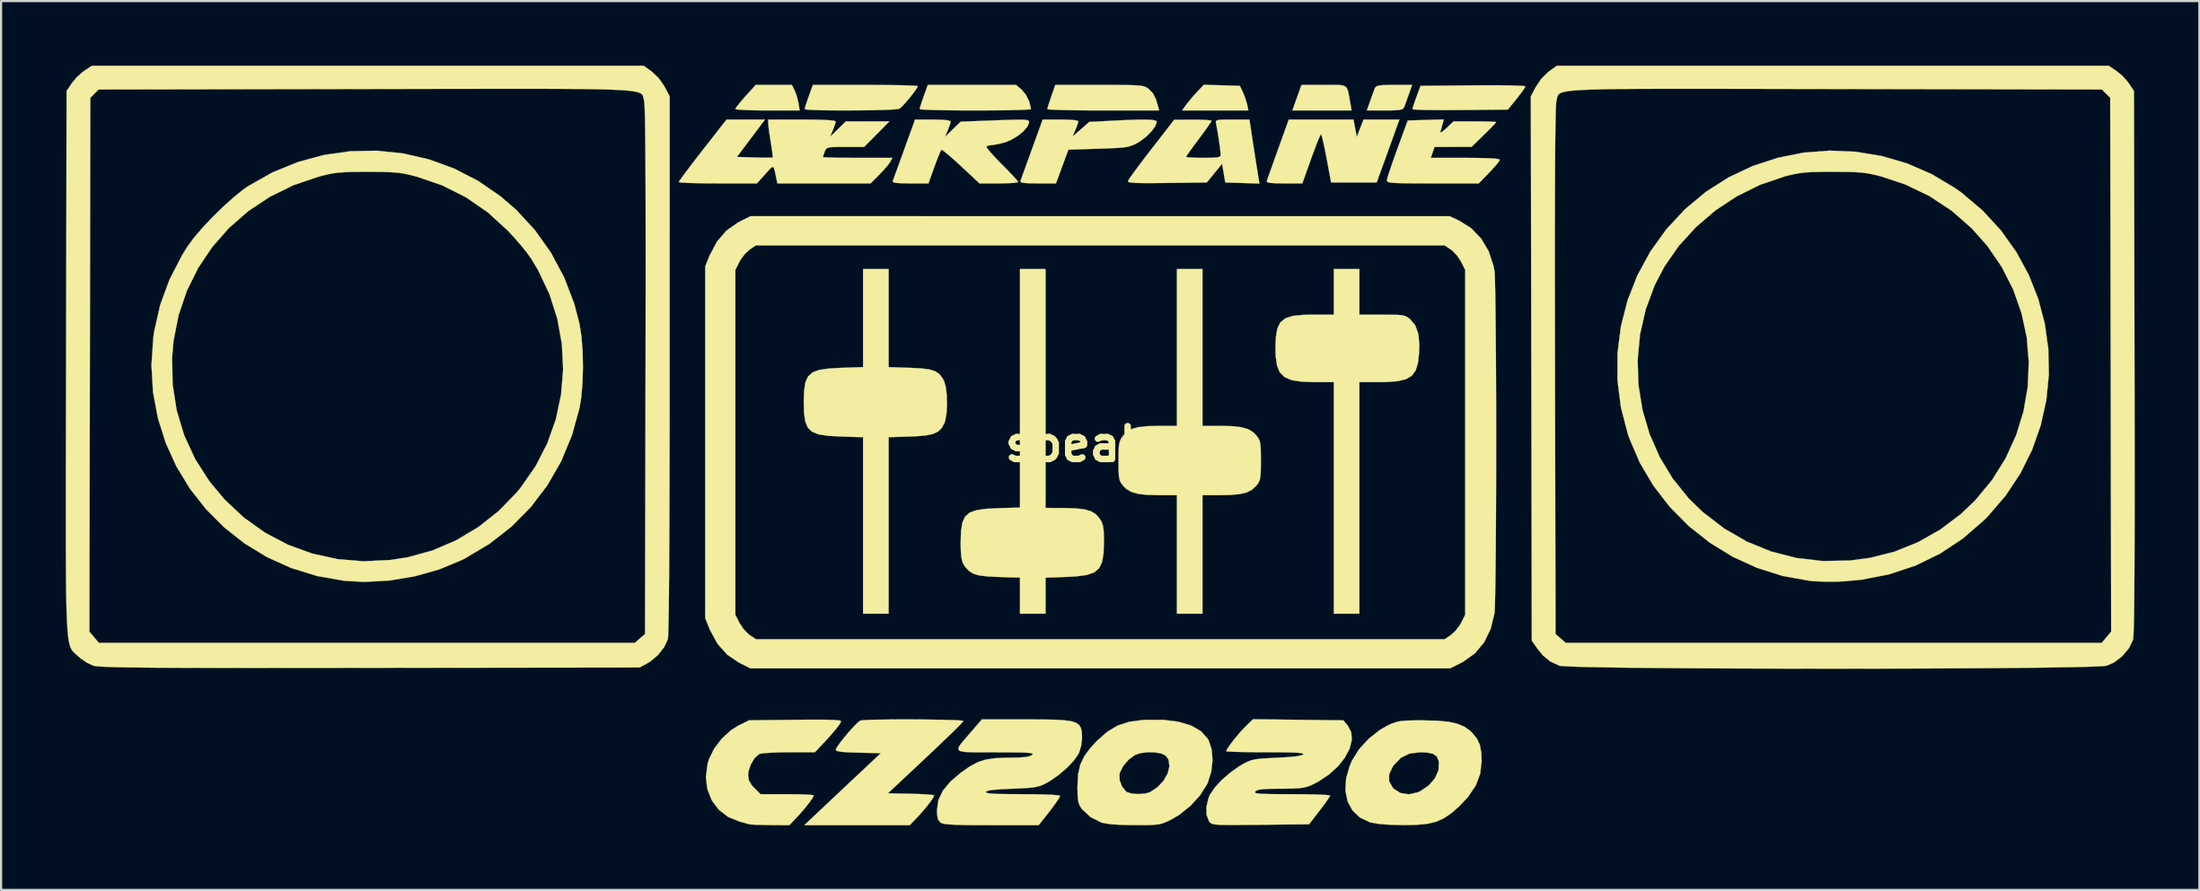
<source format=kicad_pcb>
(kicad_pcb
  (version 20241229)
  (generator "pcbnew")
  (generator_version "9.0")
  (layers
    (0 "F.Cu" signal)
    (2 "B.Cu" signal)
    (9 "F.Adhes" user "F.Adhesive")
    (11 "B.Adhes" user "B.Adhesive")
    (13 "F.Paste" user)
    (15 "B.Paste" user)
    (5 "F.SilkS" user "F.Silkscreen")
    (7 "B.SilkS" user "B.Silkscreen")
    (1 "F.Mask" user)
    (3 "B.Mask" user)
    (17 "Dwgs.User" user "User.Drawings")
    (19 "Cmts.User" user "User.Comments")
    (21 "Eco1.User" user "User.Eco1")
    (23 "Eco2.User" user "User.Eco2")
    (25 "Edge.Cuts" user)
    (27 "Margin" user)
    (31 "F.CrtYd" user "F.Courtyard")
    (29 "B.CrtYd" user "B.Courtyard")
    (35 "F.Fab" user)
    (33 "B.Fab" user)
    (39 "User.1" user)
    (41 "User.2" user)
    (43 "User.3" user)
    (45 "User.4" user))
  (footprint "speaker"
    (layer "F.Cu")
    (at 48.004 17.573)
    (property "Reference" "speaker" (at 0 0 0) (layer "F.SilkS") (effects (font (size 1.524 1.524) (thickness 0.3))))
    (attr through_hole)
    (fp_poly (pts (xy 11.123 -16.675) (xy 11.315 -16.639) (xy 11.429 -16.556) (xy 11.495 -16.405) (xy 11.543 -16.167) (xy 11.59 -15.896) (xy 11.662 -15.494) (xy 8.913 -15.494) (xy 9.125 -16.087) (xy 9.336 -16.679) (xy 10.381 -16.679) (xy 10.821 -16.681) (xy 11.123 -16.675)) (stroke (width 0.01) (type solid)) (fill yes) (layer "F.SilkS"))
    (fp_poly (pts (xy 5.641 -16.661) (xy 6.477 -16.637) (xy 6.618 -16.341) (xy 6.73 -16.061) (xy 6.812 -15.784) (xy 6.815 -15.769) (xy 6.871 -15.494) (xy 3.798 -15.494) (xy 3.986 -15.758) (xy 4.16 -15.979) (xy 4.384 -16.239) (xy 4.49 -16.354) (xy 4.806 -16.686) (xy 5.641 -16.661)) (stroke (width 0.01) (type solid)) (fill yes) (layer "F.SilkS"))
    (fp_poly (pts (xy -14.186 -16.434) (xy -14.088 -16.184) (xy -14.012 -15.887) (xy -14.004 -15.842) (xy -13.948 -15.494) (xy -15.441 -15.494) (xy -15.922 -15.498) (xy -16.339 -15.508) (xy -16.664 -15.524) (xy -16.871 -15.544) (xy -16.933 -15.564) (xy -16.88 -15.655) (xy -16.738 -15.836) (xy -16.535 -16.074) (xy -16.461 -16.157) (xy -15.988 -16.679) (xy -14.313 -16.679) (xy -14.186 -16.434)) (stroke (width 0.01) (type solid)) (fill yes) (layer "F.SilkS"))
    (fp_poly (pts (xy 14.313 -16.235) (xy 14.214 -15.958) (xy 14.131 -15.731) (xy 14.097 -15.642) (xy 14.046 -15.573) (xy 13.942 -15.529) (xy 13.751 -15.505) (xy 13.441 -15.495) (xy 13.204 -15.494) (xy 12.37 -15.494) (xy 12.527 -15.938) (xy 12.625 -16.215) (xy 12.709 -16.443) (xy 12.743 -16.531) (xy 12.793 -16.6) (xy 12.897 -16.644) (xy 13.088 -16.669) (xy 13.398 -16.678) (xy 13.636 -16.679) (xy 14.469 -16.679) (xy 14.313 -16.235)) (stroke (width 0.01) (type solid)) (fill yes) (layer "F.SilkS"))
    (fp_poly (pts (xy -3.65 -16.462) (xy -3.452 -16.223) (xy -3.295 -15.906) (xy -3.22 -15.597) (xy -3.218 -15.557) (xy -3.299 -15.542) (xy -3.529 -15.527) (xy -3.887 -15.515) (xy -4.353 -15.505) (xy -4.906 -15.498) (xy -5.526 -15.494) (xy -5.8 -15.494) (xy -6.441 -15.496) (xy -7.025 -15.502) (xy -7.53 -15.51) (xy -7.936 -15.522) (xy -8.222 -15.536) (xy -8.368 -15.551) (xy -8.382 -15.557) (xy -8.355 -15.664) (xy -8.285 -15.882) (xy -8.192 -16.15) (xy -8.003 -16.679) (xy -3.908 -16.679) (xy -3.65 -16.462)) (stroke (width 0.01) (type solid)) (fill yes) (layer "F.SilkS"))
    (fp_poly (pts (xy 18.479 -16.662) (xy 18.963 -16.656) (xy 19.345 -16.646) (xy 19.606 -16.633) (xy 19.723 -16.617) (xy 19.727 -16.613) (xy 19.678 -16.518) (xy 19.546 -16.331) (xy 19.359 -16.087) (xy 19.322 -16.04) (xy 18.916 -15.536) (xy 16.697 -15.514) (xy 16.104 -15.51) (xy 15.572 -15.511) (xy 15.121 -15.517) (xy 14.775 -15.527) (xy 14.555 -15.54) (xy 14.483 -15.556) (xy 14.513 -15.664) (xy 14.585 -15.881) (xy 14.674 -16.129) (xy 14.86 -16.637) (xy 17.293 -16.659) (xy 17.916 -16.663) (xy 18.479 -16.662)) (stroke (width 0.01) (type solid)) (fill yes) (layer "F.SilkS"))
    (fp_poly (pts (xy 0.605 -16.679) (xy 1.1 -16.676) (xy 1.471 -16.668) (xy 1.739 -16.655) (xy 1.926 -16.634) (xy 2.056 -16.604) (xy 2.149 -16.562) (xy 2.228 -16.507) (xy 2.239 -16.499) (xy 2.434 -16.3) (xy 2.575 -16.032) (xy 2.676 -15.702) (xy 2.728 -15.494) (xy 0.136 -15.494) (xy -0.507 -15.496) (xy -1.092 -15.502) (xy -1.598 -15.51) (xy -2.005 -15.522) (xy -2.293 -15.535) (xy -2.441 -15.551) (xy -2.456 -15.557) (xy -2.43 -15.665) (xy -2.362 -15.883) (xy -2.271 -16.15) (xy -2.085 -16.679) (xy -0.038 -16.679) (xy 0.605 -16.679)) (stroke (width 0.01) (type solid)) (fill yes) (layer "F.SilkS"))
    (fp_poly (pts (xy -10.279 -16.677) (xy -9.715 -16.672) (xy -9.232 -16.664) (xy -8.849 -16.654) (xy -8.588 -16.641) (xy -8.471 -16.627) (xy -8.467 -16.624) (xy -8.519 -16.517) (xy -8.652 -16.327) (xy -8.832 -16.097) (xy -9.025 -15.867) (xy -9.198 -15.68) (xy -9.317 -15.577) (xy -9.321 -15.574) (xy -9.441 -15.553) (xy -9.696 -15.534) (xy -10.059 -15.519) (xy -10.503 -15.508) (xy -11 -15.5) (xy -11.525 -15.496) (xy -12.048 -15.495) (xy -12.545 -15.498) (xy -12.986 -15.506) (xy -13.346 -15.517) (xy -13.597 -15.533) (xy -13.712 -15.552) (xy -13.716 -15.557) (xy -13.689 -15.664) (xy -13.619 -15.882) (xy -13.526 -16.15) (xy -13.337 -16.679) (xy -10.902 -16.679) (xy -10.279 -16.677)) (stroke (width 0.01) (type solid)) (fill yes) (layer "F.SilkS"))
    (fp_poly (pts (xy 13.537 -14.118) (xy 13.38 -13.683) (xy 13.223 -13.249) (xy 13.087 -12.872) (xy 13.009 -12.658) (xy 12.826 -12.15) (xy 10.71 -12.15) (xy 10.502 -13.271) (xy 10.422 -13.682) (xy 10.349 -14.025) (xy 10.289 -14.271) (xy 10.249 -14.388) (xy 10.243 -14.393) (xy 10.198 -14.318) (xy 10.109 -14.111) (xy 9.987 -13.801) (xy 9.843 -13.416) (xy 9.784 -13.25) (xy 9.375 -12.107) (xy 8.531 -12.107) (xy 8.128 -12.113) (xy 7.874 -12.131) (xy 7.746 -12.164) (xy 7.724 -12.213) (xy 7.763 -12.325) (xy 7.85 -12.567) (xy 7.973 -12.912) (xy 8.123 -13.332) (xy 8.253 -13.695) (xy 8.746 -15.071) (xy 10.248 -15.071) (xy 11.75 -15.071) (xy 11.826 -14.668) (xy 11.902 -14.266) (xy 12.059 -14.668) (xy 12.215 -15.071) (xy 13.048 -15.071) (xy 13.88 -15.071) (xy 13.537 -14.118)) (stroke (width 0.01) (type solid)) (fill yes) (layer "F.SilkS"))
    (fp_poly (pts (xy 12.023 -6.011) (xy 13.075 -6.011) (xy 13.516 -6.01) (xy 13.823 -6) (xy 14.032 -5.978) (xy 14.176 -5.936) (xy 14.291 -5.869) (xy 14.385 -5.793) (xy 14.615 -5.516) (xy 14.753 -5.137) (xy 14.805 -4.638) (xy 14.793 -4.222) (xy 14.739 -3.763) (xy 14.633 -3.419) (xy 14.454 -3.174) (xy 14.182 -3.013) (xy 13.795 -2.921) (xy 13.273 -2.883) (xy 12.962 -2.879) (xy 12.023 -2.879) (xy 12.023 7.874) (xy 10.837 7.874) (xy 10.837 -2.879) (xy 9.946 -2.879) (xy 9.339 -2.899) (xy 8.88 -2.972) (xy 8.549 -3.113) (xy 8.327 -3.338) (xy 8.196 -3.663) (xy 8.137 -4.104) (xy 8.128 -4.432) (xy 8.147 -4.967) (xy 8.216 -5.368) (xy 8.356 -5.654) (xy 8.587 -5.842) (xy 8.93 -5.952) (xy 9.404 -6.002) (xy 9.859 -6.011) (xy 10.837 -6.011) (xy 10.837 -8.128) (xy 12.023 -8.128) (xy 12.023 -6.011)) (stroke (width 0.01) (type solid)) (fill yes) (layer "F.SilkS"))
    (fp_poly (pts (xy -9.821 -3.574) (xy -8.826 -3.542) (xy -8.309 -3.516) (xy -7.929 -3.467) (xy -7.659 -3.384) (xy -7.467 -3.256) (xy -7.323 -3.069) (xy -7.246 -2.924) (xy -7.169 -2.655) (xy -7.124 -2.279) (xy -7.112 -1.856) (xy -7.134 -1.446) (xy -7.189 -1.107) (xy -7.227 -0.988) (xy -7.351 -0.756) (xy -7.517 -0.589) (xy -7.752 -0.475) (xy -8.086 -0.404) (xy -8.547 -0.364) (xy -8.826 -0.353) (xy -9.821 -0.321) (xy -9.821 7.874) (xy -11.007 7.874) (xy -11.007 -0.321) (xy -12.044 -0.353) (xy -12.626 -0.384) (xy -13.061 -0.451) (xy -13.37 -0.572) (xy -13.573 -0.769) (xy -13.691 -1.059) (xy -13.746 -1.463) (xy -13.758 -1.947) (xy -13.743 -2.469) (xy -13.685 -2.861) (xy -13.561 -3.141) (xy -13.351 -3.33) (xy -13.034 -3.447) (xy -12.589 -3.511) (xy -12.044 -3.541) (xy -11.007 -3.576) (xy -11.007 -8.128) (xy -9.821 -8.128) (xy -9.821 -3.574)) (stroke (width 0.01) (type solid)) (fill yes) (layer "F.SilkS"))
    (fp_poly (pts (xy -1.493 -15.064) (xy -1.216 -15.045) (xy -1.049 -15.017) (xy -1.016 -14.996) (xy -1.046 -14.877) (xy -1.122 -14.671) (xy -1.15 -14.602) (xy -1.283 -14.283) (xy -0.514 -14.96) (xy 0.518 -15.015) (xy 1.216 -15.049) (xy 1.758 -15.067) (xy 2.158 -15.068) (xy 2.426 -15.052) (xy 2.578 -15.019) (xy 2.625 -14.969) (xy 2.558 -14.774) (xy 2.384 -14.532) (xy 2.138 -14.282) (xy 1.857 -14.067) (xy 1.753 -14.005) (xy 1.581 -13.914) (xy 1.424 -13.849) (xy 1.247 -13.802) (xy 1.021 -13.77) (xy 0.711 -13.748) (xy 0.287 -13.73) (xy -0.083 -13.718) (xy -1.479 -13.674) (xy -1.768 -12.89) (xy -2.057 -12.107) (xy -2.9 -12.107) (xy -3.302 -12.113) (xy -3.556 -12.131) (xy -3.683 -12.164) (xy -3.705 -12.213) (xy -3.665 -12.325) (xy -3.577 -12.567) (xy -3.453 -12.912) (xy -3.301 -13.331) (xy -3.17 -13.695) (xy -2.673 -15.071) (xy -1.844 -15.071) (xy -1.493 -15.064)) (stroke (width 0.01) (type solid)) (fill yes) (layer "F.SilkS"))
    (fp_poly (pts (xy -2.54 2.963) (xy -1.672 2.968) (xy -1.124 2.985) (xy -0.714 3.034) (xy -0.413 3.125) (xy -0.192 3.267) (xy -0.024 3.463) (xy 0.07 3.625) (xy 0.128 3.8) (xy 0.158 4.035) (xy 0.169 4.376) (xy 0.169 4.546) (xy 0.152 5.077) (xy 0.084 5.476) (xy -0.053 5.762) (xy -0.28 5.956) (xy -0.619 6.075) (xy -1.09 6.14) (xy -1.545 6.165) (xy -2.54 6.202) (xy -2.54 7.874) (xy -3.725 7.874) (xy -3.725 6.199) (xy -4.724 6.168) (xy -5.236 6.144) (xy -5.611 6.099) (xy -5.883 6.021) (xy -6.085 5.899) (xy -6.25 5.723) (xy -6.328 5.612) (xy -6.403 5.455) (xy -6.449 5.238) (xy -6.472 4.922) (xy -6.477 4.567) (xy -6.462 4.044) (xy -6.402 3.652) (xy -6.276 3.371) (xy -6.064 3.183) (xy -5.745 3.067) (xy -5.297 3.004) (xy -4.763 2.977) (xy -3.725 2.946) (xy -3.725 -8.128) (xy -2.54 -8.128) (xy -2.54 2.963)) (stroke (width 0.01) (type solid)) (fill yes) (layer "F.SilkS"))
    (fp_poly (pts (xy 15.885 -14.87) (xy 15.821 -14.641) (xy 15.778 -14.507) (xy 15.795 -14.464) (xy 15.913 -14.54) (xy 16.057 -14.668) (xy 16.39 -14.986) (xy 17.381 -14.986) (xy 17.768 -14.983) (xy 18.085 -14.976) (xy 18.297 -14.965) (xy 18.373 -14.953) (xy 18.316 -14.883) (xy 18.164 -14.724) (xy 17.944 -14.502) (xy 17.801 -14.362) (xy 17.23 -13.804) (xy 16.37 -13.802) (xy 15.511 -13.801) (xy 15.333 -13.293) (xy 16.938 -13.293) (xy 17.573 -13.288) (xy 18.052 -13.274) (xy 18.371 -13.252) (xy 18.526 -13.221) (xy 18.542 -13.205) (xy 18.486 -13.107) (xy 18.339 -12.925) (xy 18.127 -12.692) (xy 18.051 -12.612) (xy 17.56 -12.107) (xy 15.426 -12.107) (xy 14.769 -12.108) (xy 14.263 -12.111) (xy 13.887 -12.118) (xy 13.623 -12.13) (xy 13.451 -12.148) (xy 13.353 -12.174) (xy 13.309 -12.208) (xy 13.3 -12.254) (xy 13.3 -12.255) (xy 13.33 -12.382) (xy 13.41 -12.637) (xy 13.529 -12.991) (xy 13.677 -13.412) (xy 13.787 -13.716) (xy 14.268 -15.028) (xy 15.937 -15.077) (xy 15.885 -14.87)) (stroke (width 0.01) (type solid)) (fill yes) (layer "F.SilkS"))
    (fp_poly (pts (xy 4.741 -0.847) (xy 5.567 -0.846) (xy 6.123 -0.832) (xy 6.541 -0.785) (xy 6.852 -0.697) (xy 7.085 -0.56) (xy 7.234 -0.414) (xy 7.33 -0.289) (xy 7.393 -0.161) (xy 7.429 0.008) (xy 7.446 0.258) (xy 7.451 0.626) (xy 7.451 0.762) (xy 7.448 1.173) (xy 7.435 1.453) (xy 7.406 1.641) (xy 7.351 1.777) (xy 7.266 1.9) (xy 7.234 1.938) (xy 7.04 2.118) (xy 6.793 2.244) (xy 6.461 2.322) (xy 6.016 2.362) (xy 5.567 2.37) (xy 4.741 2.371) (xy 4.741 7.874) (xy 3.556 7.874) (xy 3.556 2.371) (xy 2.731 2.37) (xy 2.175 2.356) (xy 1.756 2.309) (xy 1.445 2.221) (xy 1.212 2.084) (xy 1.064 1.938) (xy 0.966 1.811) (xy 0.903 1.681) (xy 0.867 1.509) (xy 0.851 1.254) (xy 0.847 0.879) (xy 0.847 0.785) (xy 0.85 0.377) (xy 0.864 0.098) (xy 0.897 -0.093) (xy 0.956 -0.237) (xy 1.048 -0.374) (xy 1.06 -0.391) (xy 1.24 -0.577) (xy 1.47 -0.707) (xy 1.779 -0.79) (xy 2.198 -0.834) (xy 2.731 -0.846) (xy 3.556 -0.847) (xy 3.556 -8.128) (xy 4.741 -8.128) (xy 4.741 -0.847)) (stroke (width 0.01) (type solid)) (fill yes) (layer "F.SilkS"))
    (fp_poly (pts (xy -8.312 12.788) (xy -7.783 12.794) (xy -7.301 12.802) (xy -6.891 12.813) (xy -6.58 12.827) (xy -6.393 12.843) (xy -6.35 12.857) (xy -6.409 12.931) (xy -6.577 13.105) (xy -6.838 13.364) (xy -7.176 13.692) (xy -7.575 14.075) (xy -8.021 14.495) (xy -8.102 14.571) (xy -9.853 16.214) (xy -8.779 16.237) (xy -8.375 16.25) (xy -8.04 16.268) (xy -7.807 16.289) (xy -7.706 16.311) (xy -7.705 16.314) (xy -7.757 16.426) (xy -7.897 16.627) (xy -8.096 16.88) (xy -8.326 17.15) (xy -8.497 17.335) (xy -8.841 17.695) (xy -13.733 17.695) (xy -12.899 16.908) (xy -12.508 16.539) (xy -12.049 16.106) (xy -11.578 15.662) (xy -11.149 15.259) (xy -11.124 15.236) (xy -10.183 14.351) (xy -11.23 14.327) (xy -11.696 14.312) (xy -12.012 14.289) (xy -12.198 14.256) (xy -12.273 14.211) (xy -12.277 14.195) (xy -12.223 14.079) (xy -12.082 13.877) (xy -11.884 13.625) (xy -11.66 13.359) (xy -11.44 13.115) (xy -11.255 12.93) (xy -11.134 12.839) (xy -11.132 12.838) (xy -11.005 12.821) (xy -10.744 12.807) (xy -10.372 12.797) (xy -9.917 12.79) (xy -9.405 12.786) (xy -8.861 12.785) (xy -8.312 12.788)) (stroke (width 0.01) (type solid)) (fill yes) (layer "F.SilkS"))
    (fp_poly (pts (xy -12.799 12.797) (xy -12.372 12.809) (xy -12.113 12.83) (xy -12.023 12.86) (xy -12.023 12.861) (xy -12.081 12.986) (xy -12.248 13.211) (xy -12.509 13.519) (xy -12.85 13.892) (xy -12.903 13.949) (xy -13.243 14.309) (xy -14.459 14.309) (xy -14.907 14.314) (xy -15.304 14.33) (xy -15.613 14.353) (xy -15.801 14.382) (xy -15.831 14.392) (xy -16.037 14.578) (xy -16.212 14.865) (xy -16.321 15.188) (xy -16.341 15.364) (xy -16.306 15.613) (xy -16.179 15.831) (xy -16.053 15.968) (xy -15.765 16.256) (xy -14.529 16.256) (xy -14.093 16.26) (xy -13.725 16.269) (xy -13.453 16.284) (xy -13.309 16.303) (xy -13.293 16.312) (xy -13.346 16.425) (xy -13.486 16.628) (xy -13.686 16.883) (xy -13.919 17.155) (xy -14.085 17.335) (xy -14.429 17.695) (xy -15.321 17.689) (xy -15.698 17.683) (xy -16.014 17.673) (xy -16.228 17.661) (xy -16.298 17.651) (xy -16.429 17.612) (xy -16.651 17.551) (xy -16.727 17.532) (xy -17.267 17.313) (xy -17.706 16.974) (xy -18.031 16.536) (xy -18.233 16.021) (xy -18.3 15.452) (xy -18.222 14.85) (xy -18.16 14.64) (xy -17.921 14.149) (xy -17.567 13.681) (xy -17.142 13.289) (xy -16.791 13.069) (xy -16.298 12.827) (xy -14.161 12.801) (xy -13.396 12.795) (xy -12.799 12.797)) (stroke (width 0.01) (type solid)) (fill yes) (layer "F.SilkS"))
    (fp_poly (pts (xy 7.105 -13.864) (xy 7.176 -13.407) (xy 7.241 -12.987) (xy 7.295 -12.644) (xy 7.331 -12.418) (xy 7.338 -12.379) (xy 7.386 -12.101) (xy 6.593 -12.125) (xy 5.8 -12.15) (xy 5.726 -12.585) (xy 5.652 -13.02) (xy 5.297 -12.585) (xy 4.943 -12.15) (xy 3.1 -12.127) (xy 2.481 -12.121) (xy 2.012 -12.121) (xy 1.677 -12.128) (xy 1.456 -12.143) (xy 1.331 -12.166) (xy 1.285 -12.2) (xy 1.285 -12.217) (xy 1.343 -12.315) (xy 1.49 -12.525) (xy 1.709 -12.825) (xy 1.984 -13.191) (xy 2.3 -13.604) (xy 2.371 -13.695) (xy 3.429 -15.061) (xy 4.297 -15.066) (xy 4.657 -15.063) (xy 4.944 -15.051) (xy 5.123 -15.031) (xy 5.165 -15.015) (xy 5.117 -14.929) (xy 4.986 -14.737) (xy 4.793 -14.469) (xy 4.572 -14.17) (xy 4.339 -13.857) (xy 4.149 -13.594) (xy 4.023 -13.412) (xy 3.979 -13.337) (xy 4.058 -13.318) (xy 4.269 -13.303) (xy 4.576 -13.294) (xy 4.784 -13.293) (xy 5.16 -13.296) (xy 5.398 -13.31) (xy 5.528 -13.34) (xy 5.58 -13.391) (xy 5.587 -13.441) (xy 5.574 -13.606) (xy 5.539 -13.88) (xy 5.491 -14.209) (xy 5.439 -14.535) (xy 5.39 -14.802) (xy 5.374 -14.88) (xy 5.361 -14.969) (xy 5.39 -15.025) (xy 5.492 -15.055) (xy 5.696 -15.068) (xy 6.033 -15.071) (xy 6.126 -15.071) (xy 6.921 -15.071) (xy 7.105 -13.864)) (stroke (width 0.01) (type solid)) (fill yes) (layer "F.SilkS"))
    (fp_poly (pts (xy -7.365 -15.062) (xy -7.087 -15.038) (xy -6.952 -14.999) (xy -6.943 -14.983) (xy -6.973 -14.854) (xy -7.049 -14.643) (xy -7.074 -14.581) (xy -7.205 -14.266) (xy -6.841 -14.619) (xy -6.477 -14.972) (xy -4.889 -15.033) (xy -4.334 -15.053) (xy -3.925 -15.064) (xy -3.641 -15.065) (xy -3.459 -15.055) (xy -3.357 -15.032) (xy -3.312 -14.995) (xy -3.302 -14.945) (xy -3.374 -14.752) (xy -3.565 -14.529) (xy -3.834 -14.308) (xy -4.145 -14.123) (xy -4.399 -14.021) (xy -4.69 -13.945) (xy -4.942 -13.895) (xy -5.048 -13.885) (xy -5.217 -13.858) (xy -5.282 -13.816) (xy -5.242 -13.733) (xy -5.101 -13.558) (xy -4.882 -13.315) (xy -4.604 -13.028) (xy -4.568 -12.992) (xy -4.281 -12.701) (xy -4.044 -12.452) (xy -3.879 -12.269) (xy -3.811 -12.176) (xy -3.81 -12.173) (xy -3.889 -12.146) (xy -4.102 -12.124) (xy -4.415 -12.111) (xy -4.707 -12.107) (xy -5.603 -12.107) (xy -6.459 -12.906) (xy -6.773 -13.193) (xy -7.043 -13.429) (xy -7.246 -13.594) (xy -7.358 -13.669) (xy -7.371 -13.671) (xy -7.421 -13.581) (xy -7.512 -13.368) (xy -7.627 -13.069) (xy -7.699 -12.872) (xy -7.973 -12.107) (xy -8.821 -12.107) (xy -9.224 -12.113) (xy -9.479 -12.13) (xy -9.607 -12.163) (xy -9.63 -12.213) (xy -9.589 -12.325) (xy -9.501 -12.567) (xy -9.375 -12.912) (xy -9.223 -13.331) (xy -9.092 -13.695) (xy -8.594 -15.07) (xy -7.768 -15.07) (xy -7.365 -15.062)) (stroke (width 0.01) (type solid)) (fill yes) (layer "F.SilkS"))
    (fp_poly (pts (xy 15.647 12.845) (xy 16.168 12.895) (xy 16.577 12.986) (xy 16.9 13.124) (xy 17.166 13.316) (xy 17.252 13.4) (xy 17.476 13.674) (xy 17.613 13.964) (xy 17.68 14.321) (xy 17.695 14.724) (xy 17.629 15.308) (xy 17.422 15.855) (xy 17.066 16.384) (xy 16.639 16.834) (xy 16.276 17.15) (xy 15.937 17.379) (xy 15.584 17.536) (xy 15.178 17.631) (xy 14.683 17.679) (xy 14.059 17.69) (xy 14.03 17.689) (xy 13.397 17.673) (xy 12.897 17.633) (xy 12.545 17.57) (xy 12.51 17.56) (xy 12.047 17.339) (xy 11.7 17.009) (xy 11.474 16.585) (xy 11.375 16.087) (xy 11.4 15.651) (xy 13.403 15.651) (xy 13.568 15.948) (xy 13.625 16.009) (xy 13.932 16.203) (xy 14.307 16.261) (xy 14.709 16.178) (xy 14.842 16.119) (xy 15.241 15.85) (xy 15.531 15.514) (xy 15.695 15.141) (xy 15.713 14.762) (xy 15.698 14.691) (xy 15.609 14.498) (xy 15.437 14.379) (xy 15.154 14.321) (xy 14.835 14.309) (xy 14.347 14.37) (xy 13.952 14.564) (xy 13.621 14.906) (xy 13.57 14.979) (xy 13.404 15.331) (xy 13.403 15.651) (xy 11.4 15.651) (xy 11.407 15.532) (xy 11.576 14.936) (xy 11.687 14.682) (xy 12.01 14.169) (xy 12.452 13.684) (xy 12.966 13.276) (xy 13.356 13.055) (xy 13.566 12.962) (xy 13.754 12.899) (xy 13.961 12.859) (xy 14.225 12.838) (xy 14.586 12.83) (xy 14.986 12.829) (xy 15.647 12.845)) (stroke (width 0.01) (type solid)) (fill yes) (layer "F.SilkS"))
    (fp_poly (pts (xy 3.633 12.892) (xy 4.223 13.07) (xy 4.676 13.335) (xy 4.989 13.685) (xy 5.03 13.758) (xy 5.17 14.183) (xy 5.209 14.687) (xy 5.148 15.217) (xy 4.99 15.718) (xy 4.953 15.797) (xy 4.631 16.306) (xy 4.189 16.792) (xy 3.676 17.206) (xy 3.298 17.43) (xy 3.082 17.535) (xy 2.9 17.608) (xy 2.715 17.654) (xy 2.489 17.68) (xy 2.183 17.69) (xy 1.759 17.692) (xy 1.574 17.692) (xy 0.922 17.679) (xy 0.434 17.644) (xy 0.108 17.588) (xy 0.047 17.569) (xy -0.454 17.318) (xy -0.841 16.956) (xy -0.884 16.901) (xy -0.97 16.758) (xy -1.023 16.585) (xy -1.05 16.336) (xy -1.058 15.969) (xy -1.058 15.89) (xy -1.03 15.344) (xy -1.024 15.316) (xy 0.891 15.316) (xy 0.898 15.606) (xy 1.011 15.904) (xy 1.198 16.13) (xy 1.249 16.165) (xy 1.467 16.23) (xy 1.77 16.25) (xy 2.078 16.228) (xy 2.313 16.161) (xy 2.313 16.161) (xy 2.669 15.919) (xy 2.947 15.616) (xy 3.131 15.285) (xy 3.209 14.955) (xy 3.167 14.659) (xy 3.048 14.478) (xy 2.847 14.372) (xy 2.542 14.315) (xy 2.192 14.307) (xy 1.854 14.351) (xy 1.615 14.433) (xy 1.318 14.65) (xy 1.064 14.947) (xy 0.906 15.26) (xy 0.891 15.316) (xy -1.024 15.316) (xy -0.931 14.893) (xy -0.741 14.49) (xy -0.438 14.084) (xy -0.152 13.777) (xy 0.324 13.356) (xy 0.809 13.068) (xy 1.35 12.892) (xy 1.994 12.809) (xy 2.067 12.804) (xy 2.913 12.803) (xy 3.633 12.892)) (stroke (width 0.01) (type solid)) (fill yes) (layer "F.SilkS"))
    (fp_poly (pts (xy 16.214 -10.582) (xy 16.651 -10.378) (xy 17.21 -10.027) (xy 17.671 -9.548) (xy 18.02 -8.961) (xy 18.245 -8.284) (xy 18.293 -8.021) (xy 18.304 -7.858) (xy 18.315 -7.539) (xy 18.326 -7.077) (xy 18.335 -6.485) (xy 18.344 -5.777) (xy 18.351 -4.967) (xy 18.358 -4.067) (xy 18.363 -3.091) (xy 18.367 -2.051) (xy 18.369 -0.962) (xy 18.369 -0.085) (xy 18.368 1.034) (xy 18.366 2.113) (xy 18.362 3.14) (xy 18.356 4.101) (xy 18.35 4.982) (xy 18.342 5.772) (xy 18.333 6.455) (xy 18.323 7.02) (xy 18.313 7.452) (xy 18.302 7.738) (xy 18.293 7.852) (xy 18.115 8.58) (xy 17.812 9.203) (xy 17.386 9.713) (xy 16.844 10.104) (xy 16.745 10.156) (xy 16.229 10.414) (xy -16.229 10.414) (xy -16.756 10.151) (xy -17.305 9.783) (xy -17.756 9.278) (xy -18.106 8.639) (xy -18.134 8.573) (xy -18.33 8.086) (xy -18.33 -8.092) (xy -16.933 -8.092) (xy -16.933 7.923) (xy -16.743 8.3) (xy -16.565 8.571) (xy -16.346 8.806) (xy -16.265 8.868) (xy -15.977 9.059) (xy 15.977 9.059) (xy 16.265 8.868) (xy 16.481 8.671) (xy 16.684 8.404) (xy 16.743 8.3) (xy 16.933 7.923) (xy 16.933 -8.092) (xy 16.743 -8.469) (xy 16.565 -8.741) (xy 16.346 -8.975) (xy 16.265 -9.037) (xy 15.977 -9.229) (xy -15.977 -9.229) (xy -16.265 -9.037) (xy -16.481 -8.841) (xy -16.684 -8.573) (xy -16.743 -8.469) (xy -16.933 -8.092) (xy -18.33 -8.092) (xy -18.33 -8.255) (xy -18.134 -8.742) (xy -17.793 -9.393) (xy -17.351 -9.911) (xy -16.811 -10.291) (xy -16.756 -10.32) (xy -16.229 -10.583) (xy 16.214 -10.582)) (stroke (width 0.01) (type solid)) (fill yes) (layer "F.SilkS"))
    (fp_poly (pts (xy -15.765 -14.796) (xy -15.914 -14.597) (xy -16.125 -14.316) (xy -16.358 -14.006) (xy -16.417 -13.928) (xy -16.862 -13.335) (xy -16.04 -13.311) (xy -15.688 -13.303) (xy -15.406 -13.301) (xy -15.233 -13.305) (xy -15.197 -13.311) (xy -15.2 -13.399) (xy -15.227 -13.614) (xy -15.272 -13.913) (xy -15.288 -14.012) (xy -15.342 -14.357) (xy -15.383 -14.657) (xy -15.404 -14.856) (xy -15.405 -14.88) (xy -15.409 -15.071) (xy -13.843 -15.071) (xy -13.222 -15.066) (xy -12.753 -15.052) (xy -12.44 -15.029) (xy -12.29 -14.998) (xy -12.277 -14.983) (xy -12.307 -14.854) (xy -12.383 -14.643) (xy -12.408 -14.581) (xy -12.539 -14.266) (xy -12.172 -14.626) (xy -11.805 -14.986) (xy -9.784 -14.986) (xy -10.372 -14.393) (xy -10.96 -13.801) (xy -11.832 -13.801) (xy -12.224 -13.799) (xy -12.48 -13.789) (xy -12.634 -13.763) (xy -12.718 -13.714) (xy -12.767 -13.634) (xy -12.787 -13.583) (xy -12.848 -13.412) (xy -12.869 -13.329) (xy -12.789 -13.318) (xy -12.565 -13.308) (xy -12.224 -13.3) (xy -11.792 -13.295) (xy -11.294 -13.293) (xy -11.258 -13.293) (xy -9.646 -13.293) (xy -9.745 -13.108) (xy -9.855 -12.954) (xy -10.045 -12.733) (xy -10.252 -12.516) (xy -10.66 -12.107) (xy -14.983 -12.107) (xy -15.027 -12.319) (xy -15.095 -12.652) (xy -15.146 -12.834) (xy -15.211 -12.877) (xy -15.317 -12.793) (xy -15.495 -12.595) (xy -15.547 -12.536) (xy -15.933 -12.107) (xy -17.746 -12.107) (xy -18.279 -12.11) (xy -18.75 -12.118) (xy -19.135 -12.13) (xy -19.408 -12.146) (xy -19.546 -12.164) (xy -19.558 -12.171) (xy -19.508 -12.254) (xy -19.368 -12.449) (xy -19.154 -12.736) (xy -18.881 -13.095) (xy -18.564 -13.505) (xy -18.449 -13.652) (xy -17.342 -15.071) (xy -16.45 -15.071) (xy -15.559 -15.071) (xy -15.765 -14.796)) (stroke (width 0.01) (type solid)) (fill yes) (layer "F.SilkS"))
    (fp_poly (pts (xy 9.181 12.802) (xy 11.276 12.827) (xy 11.48 13.065) (xy 11.645 13.377) (xy 11.671 13.743) (xy 11.569 14.143) (xy 11.351 14.556) (xy 11.03 14.962) (xy 10.617 15.339) (xy 10.125 15.667) (xy 9.864 15.802) (xy 9.664 15.887) (xy 9.467 15.944) (xy 9.232 15.978) (xy 8.918 15.995) (xy 8.485 16.001) (xy 8.371 16.001) (xy 7.902 16.006) (xy 7.574 16.021) (xy 7.363 16.048) (xy 7.24 16.092) (xy 7.197 16.129) (xy 7.178 16.171) (xy 7.213 16.203) (xy 7.322 16.226) (xy 7.524 16.241) (xy 7.838 16.25) (xy 8.283 16.255) (xy 8.878 16.256) (xy 8.88 16.256) (xy 9.409 16.259) (xy 9.877 16.267) (xy 10.257 16.279) (xy 10.526 16.295) (xy 10.658 16.313) (xy 10.667 16.32) (xy 10.619 16.41) (xy 10.488 16.601) (xy 10.299 16.859) (xy 10.178 17.018) (xy 9.688 17.653) (xy 7.432 17.676) (xy 6.756 17.682) (xy 6.23 17.685) (xy 5.833 17.684) (xy 5.545 17.677) (xy 5.346 17.663) (xy 5.216 17.64) (xy 5.135 17.606) (xy 5.083 17.561) (xy 5.043 17.509) (xy 4.934 17.22) (xy 4.925 16.851) (xy 5.016 16.454) (xy 5.088 16.283) (xy 5.298 15.964) (xy 5.621 15.612) (xy 6.017 15.265) (xy 6.444 14.961) (xy 6.63 14.851) (xy 6.825 14.751) (xy 7.008 14.681) (xy 7.218 14.634) (xy 7.494 14.602) (xy 7.875 14.579) (xy 8.188 14.565) (xy 8.727 14.535) (xy 9.117 14.495) (xy 9.351 14.446) (xy 9.411 14.415) (xy 9.416 14.379) (xy 9.339 14.352) (xy 9.165 14.332) (xy 8.876 14.319) (xy 8.455 14.312) (xy 7.887 14.309) (xy 7.679 14.309) (xy 7.142 14.306) (xy 6.667 14.3) (xy 6.278 14.29) (xy 5.999 14.278) (xy 5.856 14.263) (xy 5.842 14.257) (xy 5.894 14.146) (xy 6.031 13.948) (xy 6.222 13.699) (xy 6.439 13.438) (xy 6.652 13.201) (xy 6.754 13.098) (xy 7.086 12.776) (xy 9.181 12.802)) (stroke (width 0.01) (type solid)) (fill yes) (layer "F.SilkS"))
    (fp_poly (pts (xy -2.729 12.787) (xy -2.147 12.796) (xy -1.699 12.82) (xy -1.368 12.864) (xy -1.136 12.934) (xy -0.985 13.036) (xy -0.899 13.176) (xy -0.858 13.36) (xy -0.847 13.594) (xy -0.847 13.684) (xy -0.887 14.009) (xy -0.986 14.33) (xy -1.012 14.385) (xy -1.219 14.686) (xy -1.534 15.021) (xy -1.914 15.349) (xy -2.314 15.63) (xy -2.494 15.734) (xy -2.682 15.826) (xy -2.864 15.891) (xy -3.076 15.936) (xy -3.358 15.966) (xy -3.744 15.988) (xy -4.1 16.002) (xy -4.623 16.026) (xy -4.99 16.057) (xy -5.215 16.095) (xy -5.309 16.143) (xy -5.313 16.15) (xy -5.289 16.187) (xy -5.178 16.215) (xy -4.963 16.235) (xy -4.627 16.248) (xy -4.154 16.254) (xy -3.605 16.256) (xy -3.071 16.26) (xy -2.606 16.269) (xy -2.235 16.285) (xy -1.98 16.304) (xy -1.866 16.327) (xy -1.863 16.332) (xy -1.914 16.441) (xy -2.059 16.657) (xy -2.279 16.957) (xy -2.56 17.32) (xy -2.679 17.469) (xy -2.861 17.695) (xy -5.055 17.695) (xy -5.753 17.694) (xy -6.3 17.688) (xy -6.715 17.677) (xy -7.017 17.66) (xy -7.223 17.637) (xy -7.353 17.606) (xy -7.413 17.575) (xy -7.516 17.455) (xy -7.566 17.26) (xy -7.578 16.997) (xy -7.511 16.534) (xy -7.306 16.096) (xy -6.952 15.668) (xy -6.476 15.262) (xy -6.063 14.972) (xy -5.695 14.773) (xy -5.321 14.649) (xy -4.891 14.585) (xy -4.353 14.563) (xy -4.234 14.563) (xy -3.773 14.555) (xy -3.455 14.529) (xy -3.253 14.482) (xy -3.17 14.438) (xy -3.131 14.398) (xy -3.149 14.367) (xy -3.243 14.344) (xy -3.429 14.329) (xy -3.727 14.319) (xy -4.155 14.314) (xy -4.73 14.312) (xy -4.85 14.311) (xy -5.486 14.312) (xy -5.966 14.309) (xy -6.301 14.293) (xy -6.505 14.253) (xy -6.588 14.18) (xy -6.565 14.062) (xy -6.448 13.891) (xy -6.248 13.656) (xy -6.003 13.374) (xy -5.495 12.785) (xy -3.463 12.785) (xy -2.729 12.787)) (stroke (width 0.01) (type solid)) (fill yes) (layer "F.SilkS"))
    (fp_poly (pts (xy 47.144 -17.335) (xy 47.417 -17.11) (xy 47.669 -16.833) (xy 47.73 -16.748) (xy 47.964 -16.395) (xy 47.989 -3.816) (xy 47.992 -1.945) (xy 47.994 -0.238) (xy 47.995 1.309) (xy 47.995 2.701) (xy 47.993 3.941) (xy 47.99 5.036) (xy 47.986 5.989) (xy 47.98 6.806) (xy 47.974 7.49) (xy 47.965 8.047) (xy 47.956 8.481) (xy 47.945 8.797) (xy 47.932 8.999) (xy 47.919 9.089) (xy 47.73 9.482) (xy 47.422 9.847) (xy 47.042 10.138) (xy 46.71 10.287) (xy 46.563 10.305) (xy 46.26 10.322) (xy 45.811 10.338) (xy 45.228 10.353) (xy 44.523 10.366) (xy 43.708 10.378) (xy 42.795 10.389) (xy 41.794 10.398) (xy 40.718 10.406) (xy 39.578 10.412) (xy 38.386 10.418) (xy 37.154 10.422) (xy 35.892 10.424) (xy 34.614 10.426) (xy 33.33 10.426) (xy 32.052 10.424) (xy 30.792 10.422) (xy 29.562 10.418) (xy 28.372 10.413) (xy 27.236 10.406) (xy 26.163 10.398) (xy 25.167 10.389) (xy 24.258 10.379) (xy 23.449 10.367) (xy 22.75 10.354) (xy 22.174 10.339) (xy 21.733 10.323) (xy 21.437 10.306) (xy 21.299 10.288) (xy 21.299 10.288) (xy 20.877 10.09) (xy 20.535 9.807) (xy 20.278 9.489) (xy 20.024 9.129) (xy 20.001 -3.509) (xy 19.992 -8.745) (xy 21.093 -8.745) (xy 21.094 -7.217) (xy 21.096 -5.528) (xy 21.099 -3.673) (xy 21.099 -3.4) (xy 21.124 8.82) (xy 21.362 9.024) (xy 21.599 9.229) (xy 46.467 9.229) (xy 46.907 8.706) (xy 46.885 -3.688) (xy 46.863 -16.082) (xy 46.67 -16.275) (xy 46.477 -16.468) (xy 34.116 -16.49) (xy 32.393 -16.493) (xy 30.832 -16.496) (xy 29.424 -16.499) (xy 28.162 -16.501) (xy 27.037 -16.501) (xy 26.041 -16.5) (xy 25.167 -16.498) (xy 24.406 -16.493) (xy 23.751 -16.486) (xy 23.193 -16.475) (xy 22.724 -16.462) (xy 22.336 -16.445) (xy 22.023 -16.424) (xy 21.774 -16.399) (xy 21.583 -16.369) (xy 21.441 -16.335) (xy 21.341 -16.295) (xy 21.275 -16.25) (xy 21.233 -16.199) (xy 21.209 -16.141) (xy 21.195 -16.077) (xy 21.182 -16.006) (xy 21.166 -15.938) (xy 21.152 -15.826) (xy 21.14 -15.588) (xy 21.129 -15.222) (xy 21.119 -14.723) (xy 21.111 -14.088) (xy 21.105 -13.314) (xy 21.1 -12.396) (xy 21.096 -11.331) (xy 21.094 -10.115) (xy 21.093 -8.745) (xy 19.992 -8.745) (xy 19.979 -16.148) (xy 20.213 -16.592) (xy 20.472 -16.974) (xy 20.79 -17.284) (xy 20.815 -17.303) (xy 21.183 -17.568) (xy 46.791 -17.568) (xy 47.144 -17.335)) (stroke (width 0.01) (type solid)) (fill yes) (layer "F.SilkS"))
    (fp_poly (pts (xy 35.062 -13.576) (xy 36.268 -13.377) (xy 37.447 -13.031) (xy 38.583 -12.536) (xy 39.661 -11.892) (xy 39.96 -11.679) (xy 40.943 -10.846) (xy 41.792 -9.923) (xy 42.506 -8.922) (xy 43.084 -7.858) (xy 43.524 -6.743) (xy 43.827 -5.59) (xy 43.991 -4.414) (xy 44.015 -3.227) (xy 43.898 -2.043) (xy 43.64 -0.875) (xy 43.239 0.263) (xy 42.694 1.359) (xy 42.005 2.399) (xy 41.171 3.369) (xy 41.017 3.524) (xy 40.031 4.38) (xy 38.966 5.086) (xy 37.825 5.642) (xy 36.611 6.046) (xy 35.326 6.296) (xy 34.417 6.379) (xy 33.957 6.39) (xy 33.468 6.383) (xy 33.034 6.359) (xy 32.912 6.347) (xy 31.671 6.125) (xy 30.477 5.748) (xy 29.342 5.229) (xy 28.281 4.577) (xy 27.306 3.805) (xy 26.432 2.922) (xy 25.671 1.94) (xy 25.038 0.87) (xy 24.545 -0.278) (xy 24.481 -0.466) (xy 24.158 -1.707) (xy 23.999 -2.963) (xy 23.999 -3.913) (xy 24.934 -3.913) (xy 24.973 -2.739) (xy 25.16 -1.583) (xy 25.49 -0.464) (xy 25.96 0.605) (xy 26.567 1.606) (xy 27.307 2.524) (xy 27.948 3.148) (xy 28.947 3.917) (xy 30.013 4.532) (xy 31.138 4.99) (xy 32.313 5.29) (xy 33.53 5.429) (xy 34.781 5.405) (xy 35.719 5.282) (xy 36.85 4.996) (xy 37.944 4.553) (xy 38.98 3.966) (xy 39.935 3.246) (xy 40.598 2.612) (xy 41.378 1.668) (xy 42.011 0.655) (xy 42.498 -0.414) (xy 42.839 -1.523) (xy 43.035 -2.659) (xy 43.085 -3.806) (xy 42.989 -4.95) (xy 42.749 -6.076) (xy 42.364 -7.171) (xy 41.834 -8.219) (xy 41.16 -9.205) (xy 40.427 -10.031) (xy 39.493 -10.847) (xy 38.46 -11.526) (xy 37.338 -12.064) (xy 36.255 -12.425) (xy 35.926 -12.508) (xy 35.635 -12.568) (xy 35.343 -12.608) (xy 35.007 -12.631) (xy 34.587 -12.642) (xy 34.043 -12.645) (xy 33.994 -12.645) (xy 33.437 -12.643) (xy 33.008 -12.632) (xy 32.667 -12.61) (xy 32.373 -12.572) (xy 32.084 -12.514) (xy 31.76 -12.432) (xy 31.74 -12.426) (xy 30.61 -12.04) (xy 29.538 -11.509) (xy 28.541 -10.85) (xy 27.637 -10.075) (xy 26.842 -9.201) (xy 26.175 -8.241) (xy 25.73 -7.39) (xy 25.309 -6.255) (xy 25.044 -5.09) (xy 24.934 -3.913) (xy 23.999 -3.913) (xy 24 -4.218) (xy 24.156 -5.457) (xy 24.464 -6.667) (xy 24.921 -7.833) (xy 25.523 -8.941) (xy 26.266 -9.975) (xy 27.137 -10.912) (xy 28.107 -11.72) (xy 29.156 -12.388) (xy 30.27 -12.913) (xy 31.433 -13.295) (xy 32.629 -13.534) (xy 33.844 -13.628) (xy 35.062 -13.576)) (stroke (width 0.01) (type solid)) (fill yes) (layer "F.SilkS"))
    (fp_poly (pts (xy -32.349 -13.499) (xy -31.151 -13.223) (xy -29.99 -12.8) (xy -28.881 -12.231) (xy -27.839 -11.516) (xy -27.111 -10.888) (xy -26.236 -9.941) (xy -25.489 -8.89) (xy -24.879 -7.748) (xy -24.412 -6.53) (xy -24.165 -5.588) (xy -24.075 -5.007) (xy -24.021 -4.318) (xy -24.005 -3.576) (xy -24.026 -2.839) (xy -24.085 -2.164) (xy -24.161 -1.693) (xy -24.515 -0.407) (xy -25.015 0.797) (xy -25.654 1.911) (xy -26.427 2.928) (xy -27.328 3.838) (xy -28.351 4.636) (xy -29.489 5.313) (xy -29.622 5.38) (xy -30.67 5.817) (xy -31.802 6.137) (xy -32.975 6.334) (xy -34.143 6.399) (xy -35.085 6.346) (xy -36.349 6.123) (xy -37.546 5.753) (xy -38.669 5.245) (xy -39.708 4.612) (xy -40.656 3.863) (xy -41.504 3.011) (xy -42.244 2.066) (xy -42.867 1.04) (xy -43.365 -0.057) (xy -43.73 -1.215) (xy -43.954 -2.42) (xy -44.027 -3.664) (xy -44.003 -4.022) (xy -43.069 -4.022) (xy -43.044 -2.773) (xy -42.856 -1.567) (xy -42.508 -0.411) (xy -42.002 0.687) (xy -41.341 1.721) (xy -40.628 2.577) (xy -39.73 3.419) (xy -38.744 4.12) (xy -37.683 4.677) (xy -36.56 5.085) (xy -35.387 5.341) (xy -34.176 5.441) (xy -32.941 5.38) (xy -32.131 5.253) (xy -30.991 4.94) (xy -29.897 4.471) (xy -28.868 3.858) (xy -27.922 3.112) (xy -27.078 2.245) (xy -26.903 2.033) (xy -26.206 1.031) (xy -25.659 -0.036) (xy -25.263 -1.153) (xy -25.018 -2.305) (xy -24.924 -3.478) (xy -24.983 -4.656) (xy -25.195 -5.824) (xy -25.561 -6.967) (xy -26.082 -8.07) (xy -26.41 -8.618) (xy -26.612 -8.898) (xy -26.895 -9.248) (xy -27.218 -9.62) (xy -27.494 -9.917) (xy -28.421 -10.762) (xy -29.431 -11.46) (xy -30.525 -12.011) (xy -31.707 -12.417) (xy -31.74 -12.426) (xy -32.067 -12.51) (xy -32.356 -12.569) (xy -32.649 -12.608) (xy -32.986 -12.631) (xy -33.409 -12.642) (xy -33.957 -12.645) (xy -33.994 -12.645) (xy -34.55 -12.643) (xy -34.978 -12.632) (xy -35.319 -12.61) (xy -35.613 -12.572) (xy -35.902 -12.514) (xy -36.227 -12.432) (xy -36.255 -12.425) (xy -37.437 -12.024) (xy -38.532 -11.485) (xy -39.531 -10.821) (xy -40.424 -10.041) (xy -41.203 -9.157) (xy -41.859 -8.18) (xy -42.384 -7.119) (xy -42.768 -5.987) (xy -43.002 -4.794) (xy -43.069 -4.022) (xy -44.003 -4.022) (xy -43.942 -4.934) (xy -43.896 -5.247) (xy -43.62 -6.466) (xy -43.192 -7.635) (xy -42.605 -8.772) (xy -42.349 -9.185) (xy -42.056 -9.583) (xy -41.661 -10.044) (xy -41.2 -10.534) (xy -40.708 -11.016) (xy -40.22 -11.455) (xy -39.774 -11.816) (xy -39.541 -11.979) (xy -38.413 -12.616) (xy -37.237 -13.098) (xy -36.029 -13.426) (xy -34.802 -13.601) (xy -33.571 -13.625) (xy -32.349 -13.499)) (stroke (width 0.01) (type solid)) (fill yes) (layer "F.SilkS"))
    (fp_poly (pts (xy -20.815 -17.303) (xy -20.497 -17.004) (xy -20.232 -16.628) (xy -20.214 -16.595) (xy -19.981 -16.152) (xy -19.982 -3.694) (xy -19.982 -1.906) (xy -19.984 -0.237) (xy -19.987 1.31) (xy -19.991 2.729) (xy -19.996 4.017) (xy -20.002 5.169) (xy -20.008 6.181) (xy -20.016 7.048) (xy -20.025 7.767) (xy -20.035 8.332) (xy -20.045 8.74) (xy -20.056 8.985) (xy -20.065 9.059) (xy -20.237 9.429) (xy -20.523 9.792) (xy -20.878 10.093) (xy -21.027 10.184) (xy -21.378 10.372) (xy -33.867 10.388) (xy -35.608 10.39) (xy -37.188 10.391) (xy -38.614 10.392) (xy -39.894 10.392) (xy -41.035 10.39) (xy -42.045 10.389) (xy -42.932 10.386) (xy -43.704 10.382) (xy -44.368 10.376) (xy -44.931 10.37) (xy -45.403 10.363) (xy -45.789 10.354) (xy -46.099 10.344) (xy -46.339 10.332) (xy -46.518 10.319) (xy -46.643 10.305) (xy -46.722 10.289) (xy -46.727 10.287) (xy -47.014 10.154) (xy -47.311 9.952) (xy -47.425 9.853) (xy -47.503 9.781) (xy -47.574 9.719) (xy -47.638 9.66) (xy -47.695 9.595) (xy -47.746 9.516) (xy -47.792 9.415) (xy -47.832 9.285) (xy -47.866 9.115) (xy -47.896 8.9) (xy -47.914 8.706) (xy -46.907 8.706) (xy -46.467 9.229) (xy -21.599 9.229) (xy -21.362 9.024) (xy -21.124 8.82) (xy -21.099 -3.4) (xy -21.096 -5.278) (xy -21.094 -6.991) (xy -21.093 -8.541) (xy -21.094 -9.933) (xy -21.096 -11.17) (xy -21.099 -12.256) (xy -21.104 -13.194) (xy -21.11 -13.988) (xy -21.118 -14.643) (xy -21.127 -15.16) (xy -21.138 -15.545) (xy -21.15 -15.8) (xy -21.164 -15.93) (xy -21.166 -15.938) (xy -21.184 -16.015) (xy -21.197 -16.086) (xy -21.212 -16.149) (xy -21.237 -16.206) (xy -21.282 -16.256) (xy -21.352 -16.301) (xy -21.457 -16.34) (xy -21.605 -16.374) (xy -21.803 -16.403) (xy -22.059 -16.427) (xy -22.382 -16.447) (xy -22.78 -16.464) (xy -23.26 -16.477) (xy -23.83 -16.487) (xy -24.499 -16.494) (xy -25.274 -16.498) (xy -26.163 -16.501) (xy -27.175 -16.501) (xy -28.318 -16.5) (xy -29.598 -16.498) (xy -31.026 -16.496) (xy -32.607 -16.493) (xy -34.116 -16.49) (xy -46.477 -16.468) (xy -46.67 -16.275) (xy -46.863 -16.082) (xy -46.907 8.706) (xy -47.914 8.706) (xy -47.921 8.63) (xy -47.942 8.297) (xy -47.959 7.893) (xy -47.973 7.411) (xy -47.983 6.841) (xy -47.99 6.177) (xy -47.995 5.409) (xy -47.998 4.529) (xy -47.999 3.531) (xy -47.998 2.404) (xy -47.997 1.142) (xy -47.994 -0.264) (xy -47.991 -1.823) (xy -47.987 -3.541) (xy -47.987 -3.774) (xy -47.964 -16.395) (xy -47.73 -16.748) (xy -47.505 -17.021) (xy -47.228 -17.274) (xy -47.144 -17.335) (xy -46.791 -17.568) (xy -21.183 -17.568) (xy -20.815 -17.303)) (stroke (width 0.01) (type solid)) (fill yes) (layer "F.SilkS")))
  (gr_rect
    (start -3 -3)
    (end 99.004 38.274)
    (stroke (width 0.1) (type default))
    (fill no)
    (layer "Edge.Cuts")))
</source>
